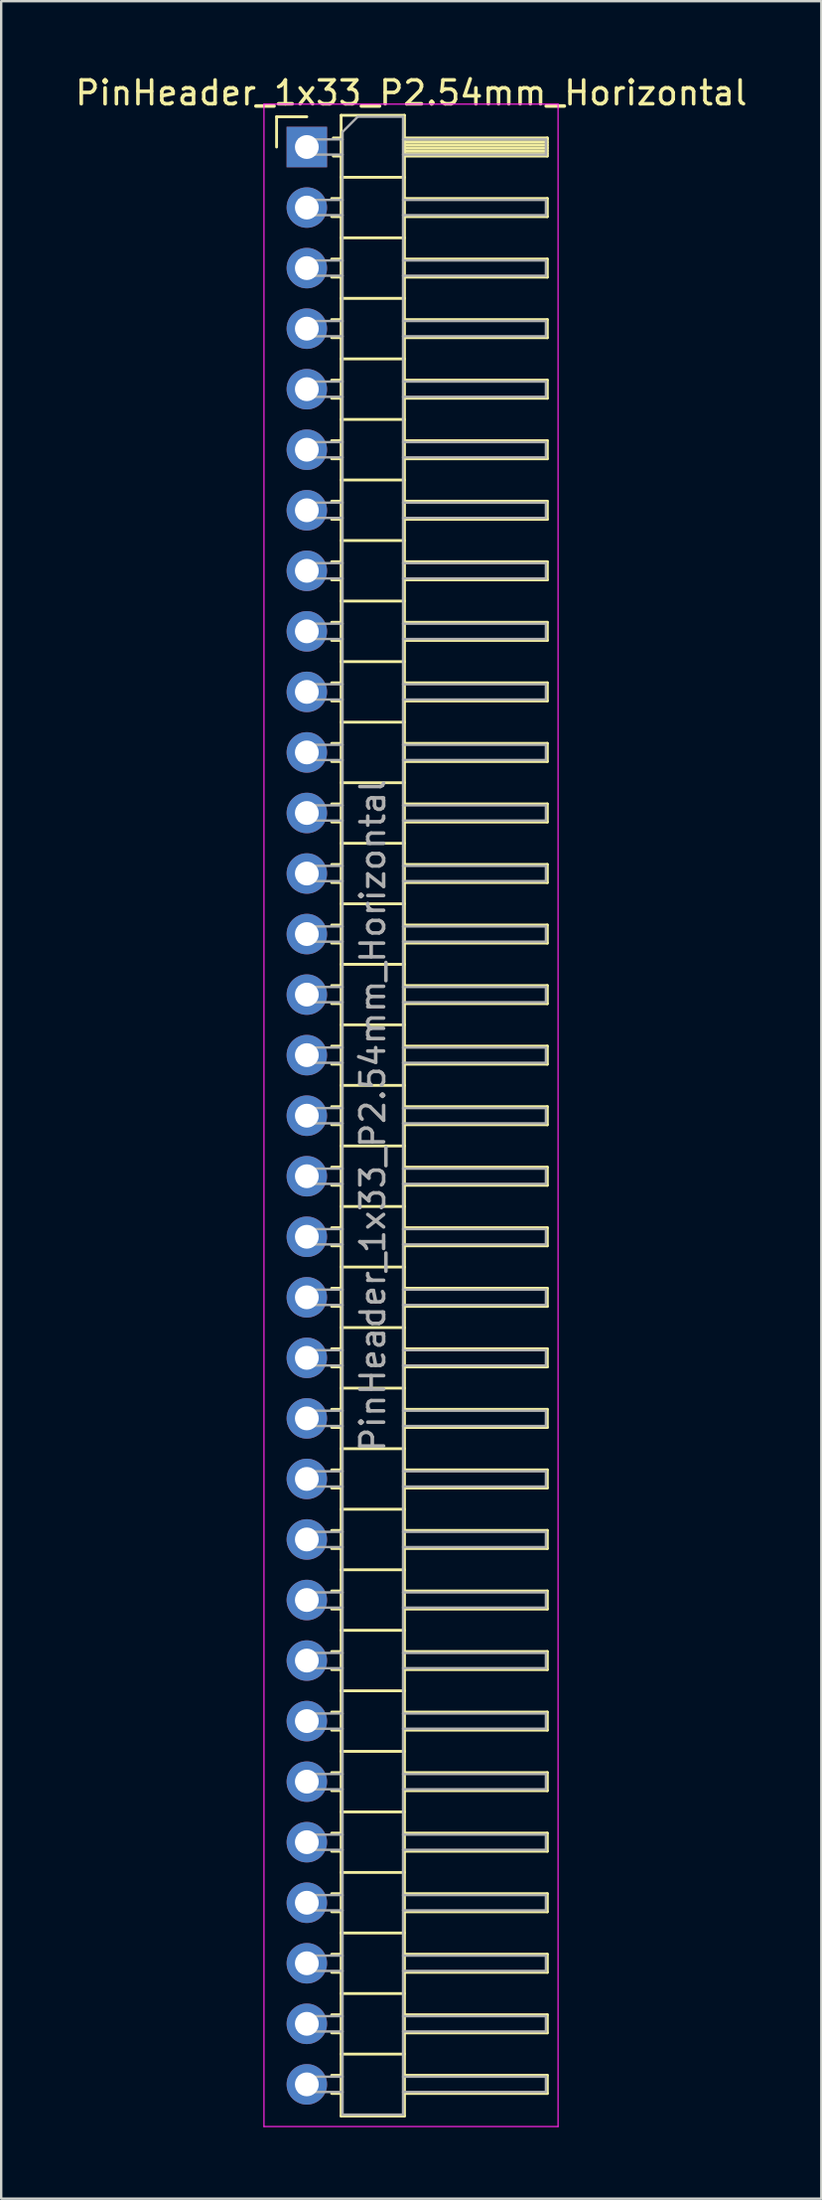
<source format=kicad_pcb>
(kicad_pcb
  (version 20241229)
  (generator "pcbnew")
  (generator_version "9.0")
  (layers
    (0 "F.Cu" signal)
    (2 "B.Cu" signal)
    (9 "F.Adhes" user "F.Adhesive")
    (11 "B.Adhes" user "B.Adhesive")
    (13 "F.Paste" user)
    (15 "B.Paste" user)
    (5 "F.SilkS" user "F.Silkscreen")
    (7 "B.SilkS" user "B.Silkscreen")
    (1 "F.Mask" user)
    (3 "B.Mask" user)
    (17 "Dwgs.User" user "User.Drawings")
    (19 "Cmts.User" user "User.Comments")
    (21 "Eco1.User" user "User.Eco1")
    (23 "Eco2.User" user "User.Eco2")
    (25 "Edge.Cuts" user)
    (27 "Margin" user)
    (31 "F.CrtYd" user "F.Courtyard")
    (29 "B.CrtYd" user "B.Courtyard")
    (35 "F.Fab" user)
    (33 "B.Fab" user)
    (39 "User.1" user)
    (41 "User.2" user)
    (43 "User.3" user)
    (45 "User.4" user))
  (footprint "PinHeader_1x33_P2.54mm_Horizontal"
    (layer "F.Cu")
    (at 9.835 3.118)
    (property "Reference" "PinHeader_1x33_P2.54mm_Horizontal" (at 4.385 -2.27 0) (layer "F.SilkS") (effects (font (size 1 1) (thickness 0.15))))
    (attr through_hole)
    (fp_line (start -1.27 -1.27) (end 0 -1.27) (stroke (width 0.12) (type solid)) (layer "F.SilkS"))
    (fp_line (start -1.27 0) (end -1.27 -1.27) (stroke (width 0.12) (type solid)) (layer "F.SilkS"))
    (fp_line (start 1.043 2.16) (end 1.44 2.16) (stroke (width 0.12) (type solid)) (layer "F.SilkS"))
    (fp_line (start 1.043 2.92) (end 1.44 2.92) (stroke (width 0.12) (type solid)) (layer "F.SilkS"))
    (fp_line (start 1.043 4.7) (end 1.44 4.7) (stroke (width 0.12) (type solid)) (layer "F.SilkS"))
    (fp_line (start 1.043 5.46) (end 1.44 5.46) (stroke (width 0.12) (type solid)) (layer "F.SilkS"))
    (fp_line (start 1.043 7.24) (end 1.44 7.24) (stroke (width 0.12) (type solid)) (layer "F.SilkS"))
    (fp_line (start 1.043 8) (end 1.44 8) (stroke (width 0.12) (type solid)) (layer "F.SilkS"))
    (fp_line (start 1.043 9.78) (end 1.44 9.78) (stroke (width 0.12) (type solid)) (layer "F.SilkS"))
    (fp_line (start 1.043 10.54) (end 1.44 10.54) (stroke (width 0.12) (type solid)) (layer "F.SilkS"))
    (fp_line (start 1.043 12.32) (end 1.44 12.32) (stroke (width 0.12) (type solid)) (layer "F.SilkS"))
    (fp_line (start 1.043 13.08) (end 1.44 13.08) (stroke (width 0.12) (type solid)) (layer "F.SilkS"))
    (fp_line (start 1.043 14.86) (end 1.44 14.86) (stroke (width 0.12) (type solid)) (layer "F.SilkS"))
    (fp_line (start 1.043 15.62) (end 1.44 15.62) (stroke (width 0.12) (type solid)) (layer "F.SilkS"))
    (fp_line (start 1.043 17.4) (end 1.44 17.4) (stroke (width 0.12) (type solid)) (layer "F.SilkS"))
    (fp_line (start 1.043 18.16) (end 1.44 18.16) (stroke (width 0.12) (type solid)) (layer "F.SilkS"))
    (fp_line (start 1.043 19.94) (end 1.44 19.94) (stroke (width 0.12) (type solid)) (layer "F.SilkS"))
    (fp_line (start 1.043 20.7) (end 1.44 20.7) (stroke (width 0.12) (type solid)) (layer "F.SilkS"))
    (fp_line (start 1.043 22.48) (end 1.44 22.48) (stroke (width 0.12) (type solid)) (layer "F.SilkS"))
    (fp_line (start 1.043 23.24) (end 1.44 23.24) (stroke (width 0.12) (type solid)) (layer "F.SilkS"))
    (fp_line (start 1.043 25.02) (end 1.44 25.02) (stroke (width 0.12) (type solid)) (layer "F.SilkS"))
    (fp_line (start 1.043 25.78) (end 1.44 25.78) (stroke (width 0.12) (type solid)) (layer "F.SilkS"))
    (fp_line (start 1.043 27.56) (end 1.44 27.56) (stroke (width 0.12) (type solid)) (layer "F.SilkS"))
    (fp_line (start 1.043 28.32) (end 1.44 28.32) (stroke (width 0.12) (type solid)) (layer "F.SilkS"))
    (fp_line (start 1.043 30.1) (end 1.44 30.1) (stroke (width 0.12) (type solid)) (layer "F.SilkS"))
    (fp_line (start 1.043 30.86) (end 1.44 30.86) (stroke (width 0.12) (type solid)) (layer "F.SilkS"))
    (fp_line (start 1.043 32.64) (end 1.44 32.64) (stroke (width 0.12) (type solid)) (layer "F.SilkS"))
    (fp_line (start 1.043 33.4) (end 1.44 33.4) (stroke (width 0.12) (type solid)) (layer "F.SilkS"))
    (fp_line (start 1.043 35.18) (end 1.44 35.18) (stroke (width 0.12) (type solid)) (layer "F.SilkS"))
    (fp_line (start 1.043 35.94) (end 1.44 35.94) (stroke (width 0.12) (type solid)) (layer "F.SilkS"))
    (fp_line (start 1.043 37.72) (end 1.44 37.72) (stroke (width 0.12) (type solid)) (layer "F.SilkS"))
    (fp_line (start 1.043 38.48) (end 1.44 38.48) (stroke (width 0.12) (type solid)) (layer "F.SilkS"))
    (fp_line (start 1.043 40.26) (end 1.44 40.26) (stroke (width 0.12) (type solid)) (layer "F.SilkS"))
    (fp_line (start 1.043 41.02) (end 1.44 41.02) (stroke (width 0.12) (type solid)) (layer "F.SilkS"))
    (fp_line (start 1.043 42.8) (end 1.44 42.8) (stroke (width 0.12) (type solid)) (layer "F.SilkS"))
    (fp_line (start 1.043 43.56) (end 1.44 43.56) (stroke (width 0.12) (type solid)) (layer "F.SilkS"))
    (fp_line (start 1.043 45.34) (end 1.44 45.34) (stroke (width 0.12) (type solid)) (layer "F.SilkS"))
    (fp_line (start 1.043 46.1) (end 1.44 46.1) (stroke (width 0.12) (type solid)) (layer "F.SilkS"))
    (fp_line (start 1.043 47.88) (end 1.44 47.88) (stroke (width 0.12) (type solid)) (layer "F.SilkS"))
    (fp_line (start 1.043 48.64) (end 1.44 48.64) (stroke (width 0.12) (type solid)) (layer "F.SilkS"))
    (fp_line (start 1.043 50.42) (end 1.44 50.42) (stroke (width 0.12) (type solid)) (layer "F.SilkS"))
    (fp_line (start 1.043 51.18) (end 1.44 51.18) (stroke (width 0.12) (type solid)) (layer "F.SilkS"))
    (fp_line (start 1.043 52.96) (end 1.44 52.96) (stroke (width 0.12) (type solid)) (layer "F.SilkS"))
    (fp_line (start 1.043 53.72) (end 1.44 53.72) (stroke (width 0.12) (type solid)) (layer "F.SilkS"))
    (fp_line (start 1.043 55.5) (end 1.44 55.5) (stroke (width 0.12) (type solid)) (layer "F.SilkS"))
    (fp_line (start 1.043 56.26) (end 1.44 56.26) (stroke (width 0.12) (type solid)) (layer "F.SilkS"))
    (fp_line (start 1.043 58.04) (end 1.44 58.04) (stroke (width 0.12) (type solid)) (layer "F.SilkS"))
    (fp_line (start 1.043 58.8) (end 1.44 58.8) (stroke (width 0.12) (type solid)) (layer "F.SilkS"))
    (fp_line (start 1.043 60.58) (end 1.44 60.58) (stroke (width 0.12) (type solid)) (layer "F.SilkS"))
    (fp_line (start 1.043 61.34) (end 1.44 61.34) (stroke (width 0.12) (type solid)) (layer "F.SilkS"))
    (fp_line (start 1.043 63.12) (end 1.44 63.12) (stroke (width 0.12) (type solid)) (layer "F.SilkS"))
    (fp_line (start 1.043 63.88) (end 1.44 63.88) (stroke (width 0.12) (type solid)) (layer "F.SilkS"))
    (fp_line (start 1.043 65.66) (end 1.44 65.66) (stroke (width 0.12) (type solid)) (layer "F.SilkS"))
    (fp_line (start 1.043 66.42) (end 1.44 66.42) (stroke (width 0.12) (type solid)) (layer "F.SilkS"))
    (fp_line (start 1.043 68.2) (end 1.44 68.2) (stroke (width 0.12) (type solid)) (layer "F.SilkS"))
    (fp_line (start 1.043 68.96) (end 1.44 68.96) (stroke (width 0.12) (type solid)) (layer "F.SilkS"))
    (fp_line (start 1.043 70.74) (end 1.44 70.74) (stroke (width 0.12) (type solid)) (layer "F.SilkS"))
    (fp_line (start 1.043 71.5) (end 1.44 71.5) (stroke (width 0.12) (type solid)) (layer "F.SilkS"))
    (fp_line (start 1.043 73.28) (end 1.44 73.28) (stroke (width 0.12) (type solid)) (layer "F.SilkS"))
    (fp_line (start 1.043 74.04) (end 1.44 74.04) (stroke (width 0.12) (type solid)) (layer "F.SilkS"))
    (fp_line (start 1.043 75.82) (end 1.44 75.82) (stroke (width 0.12) (type solid)) (layer "F.SilkS"))
    (fp_line (start 1.043 76.58) (end 1.44 76.58) (stroke (width 0.12) (type solid)) (layer "F.SilkS"))
    (fp_line (start 1.043 78.36) (end 1.44 78.36) (stroke (width 0.12) (type solid)) (layer "F.SilkS"))
    (fp_line (start 1.043 79.12) (end 1.44 79.12) (stroke (width 0.12) (type solid)) (layer "F.SilkS"))
    (fp_line (start 1.043 80.9) (end 1.44 80.9) (stroke (width 0.12) (type solid)) (layer "F.SilkS"))
    (fp_line (start 1.043 81.66) (end 1.44 81.66) (stroke (width 0.12) (type solid)) (layer "F.SilkS"))
    (fp_line (start 1.11 -0.38) (end 1.44 -0.38) (stroke (width 0.12) (type solid)) (layer "F.SilkS"))
    (fp_line (start 1.11 0.38) (end 1.44 0.38) (stroke (width 0.12) (type solid)) (layer "F.SilkS"))
    (fp_line (start 1.44 -1.33) (end 1.44 82.61) (stroke (width 0.12) (type solid)) (layer "F.SilkS"))
    (fp_line (start 1.44 1.27) (end 4.1 1.27) (stroke (width 0.12) (type solid)) (layer "F.SilkS"))
    (fp_line (start 1.44 3.81) (end 4.1 3.81) (stroke (width 0.12) (type solid)) (layer "F.SilkS"))
    (fp_line (start 1.44 6.35) (end 4.1 6.35) (stroke (width 0.12) (type solid)) (layer "F.SilkS"))
    (fp_line (start 1.44 8.89) (end 4.1 8.89) (stroke (width 0.12) (type solid)) (layer "F.SilkS"))
    (fp_line (start 1.44 11.43) (end 4.1 11.43) (stroke (width 0.12) (type solid)) (layer "F.SilkS"))
    (fp_line (start 1.44 13.97) (end 4.1 13.97) (stroke (width 0.12) (type solid)) (layer "F.SilkS"))
    (fp_line (start 1.44 16.51) (end 4.1 16.51) (stroke (width 0.12) (type solid)) (layer "F.SilkS"))
    (fp_line (start 1.44 19.05) (end 4.1 19.05) (stroke (width 0.12) (type solid)) (layer "F.SilkS"))
    (fp_line (start 1.44 21.59) (end 4.1 21.59) (stroke (width 0.12) (type solid)) (layer "F.SilkS"))
    (fp_line (start 1.44 24.13) (end 4.1 24.13) (stroke (width 0.12) (type solid)) (layer "F.SilkS"))
    (fp_line (start 1.44 26.67) (end 4.1 26.67) (stroke (width 0.12) (type solid)) (layer "F.SilkS"))
    (fp_line (start 1.44 29.21) (end 4.1 29.21) (stroke (width 0.12) (type solid)) (layer "F.SilkS"))
    (fp_line (start 1.44 31.75) (end 4.1 31.75) (stroke (width 0.12) (type solid)) (layer "F.SilkS"))
    (fp_line (start 1.44 34.29) (end 4.1 34.29) (stroke (width 0.12) (type solid)) (layer "F.SilkS"))
    (fp_line (start 1.44 36.83) (end 4.1 36.83) (stroke (width 0.12) (type solid)) (layer "F.SilkS"))
    (fp_line (start 1.44 39.37) (end 4.1 39.37) (stroke (width 0.12) (type solid)) (layer "F.SilkS"))
    (fp_line (start 1.44 41.91) (end 4.1 41.91) (stroke (width 0.12) (type solid)) (layer "F.SilkS"))
    (fp_line (start 1.44 44.45) (end 4.1 44.45) (stroke (width 0.12) (type solid)) (layer "F.SilkS"))
    (fp_line (start 1.44 46.99) (end 4.1 46.99) (stroke (width 0.12) (type solid)) (layer "F.SilkS"))
    (fp_line (start 1.44 49.53) (end 4.1 49.53) (stroke (width 0.12) (type solid)) (layer "F.SilkS"))
    (fp_line (start 1.44 52.07) (end 4.1 52.07) (stroke (width 0.12) (type solid)) (layer "F.SilkS"))
    (fp_line (start 1.44 54.61) (end 4.1 54.61) (stroke (width 0.12) (type solid)) (layer "F.SilkS"))
    (fp_line (start 1.44 57.15) (end 4.1 57.15) (stroke (width 0.12) (type solid)) (layer "F.SilkS"))
    (fp_line (start 1.44 59.69) (end 4.1 59.69) (stroke (width 0.12) (type solid)) (layer "F.SilkS"))
    (fp_line (start 1.44 62.23) (end 4.1 62.23) (stroke (width 0.12) (type solid)) (layer "F.SilkS"))
    (fp_line (start 1.44 64.77) (end 4.1 64.77) (stroke (width 0.12) (type solid)) (layer "F.SilkS"))
    (fp_line (start 1.44 67.31) (end 4.1 67.31) (stroke (width 0.12) (type solid)) (layer "F.SilkS"))
    (fp_line (start 1.44 69.85) (end 4.1 69.85) (stroke (width 0.12) (type solid)) (layer "F.SilkS"))
    (fp_line (start 1.44 72.39) (end 4.1 72.39) (stroke (width 0.12) (type solid)) (layer "F.SilkS"))
    (fp_line (start 1.44 74.93) (end 4.1 74.93) (stroke (width 0.12) (type solid)) (layer "F.SilkS"))
    (fp_line (start 1.44 77.47) (end 4.1 77.47) (stroke (width 0.12) (type solid)) (layer "F.SilkS"))
    (fp_line (start 1.44 80.01) (end 4.1 80.01) (stroke (width 0.12) (type solid)) (layer "F.SilkS"))
    (fp_line (start 1.44 82.61) (end 4.1 82.61) (stroke (width 0.12) (type solid)) (layer "F.SilkS"))
    (fp_line (start 4.1 -1.33) (end 1.44 -1.33) (stroke (width 0.12) (type solid)) (layer "F.SilkS"))
    (fp_line (start 4.1 -0.38) (end 10.1 -0.38) (stroke (width 0.12) (type solid)) (layer "F.SilkS"))
    (fp_line (start 4.1 -0.32) (end 10.1 -0.32) (stroke (width 0.12) (type solid)) (layer "F.SilkS"))
    (fp_line (start 4.1 -0.2) (end 10.1 -0.2) (stroke (width 0.12) (type solid)) (layer "F.SilkS"))
    (fp_line (start 4.1 -0.08) (end 10.1 -0.08) (stroke (width 0.12) (type solid)) (layer "F.SilkS"))
    (fp_line (start 4.1 0.04) (end 10.1 0.04) (stroke (width 0.12) (type solid)) (layer "F.SilkS"))
    (fp_line (start 4.1 0.16) (end 10.1 0.16) (stroke (width 0.12) (type solid)) (layer "F.SilkS"))
    (fp_line (start 4.1 0.28) (end 10.1 0.28) (stroke (width 0.12) (type solid)) (layer "F.SilkS"))
    (fp_line (start 4.1 2.16) (end 10.1 2.16) (stroke (width 0.12) (type solid)) (layer "F.SilkS"))
    (fp_line (start 4.1 4.7) (end 10.1 4.7) (stroke (width 0.12) (type solid)) (layer "F.SilkS"))
    (fp_line (start 4.1 7.24) (end 10.1 7.24) (stroke (width 0.12) (type solid)) (layer "F.SilkS"))
    (fp_line (start 4.1 9.78) (end 10.1 9.78) (stroke (width 0.12) (type solid)) (layer "F.SilkS"))
    (fp_line (start 4.1 12.32) (end 10.1 12.32) (stroke (width 0.12) (type solid)) (layer "F.SilkS"))
    (fp_line (start 4.1 14.86) (end 10.1 14.86) (stroke (width 0.12) (type solid)) (layer "F.SilkS"))
    (fp_line (start 4.1 17.4) (end 10.1 17.4) (stroke (width 0.12) (type solid)) (layer "F.SilkS"))
    (fp_line (start 4.1 19.94) (end 10.1 19.94) (stroke (width 0.12) (type solid)) (layer "F.SilkS"))
    (fp_line (start 4.1 22.48) (end 10.1 22.48) (stroke (width 0.12) (type solid)) (layer "F.SilkS"))
    (fp_line (start 4.1 25.02) (end 10.1 25.02) (stroke (width 0.12) (type solid)) (layer "F.SilkS"))
    (fp_line (start 4.1 27.56) (end 10.1 27.56) (stroke (width 0.12) (type solid)) (layer "F.SilkS"))
    (fp_line (start 4.1 30.1) (end 10.1 30.1) (stroke (width 0.12) (type solid)) (layer "F.SilkS"))
    (fp_line (start 4.1 32.64) (end 10.1 32.64) (stroke (width 0.12) (type solid)) (layer "F.SilkS"))
    (fp_line (start 4.1 35.18) (end 10.1 35.18) (stroke (width 0.12) (type solid)) (layer "F.SilkS"))
    (fp_line (start 4.1 37.72) (end 10.1 37.72) (stroke (width 0.12) (type solid)) (layer "F.SilkS"))
    (fp_line (start 4.1 40.26) (end 10.1 40.26) (stroke (width 0.12) (type solid)) (layer "F.SilkS"))
    (fp_line (start 4.1 42.8) (end 10.1 42.8) (stroke (width 0.12) (type solid)) (layer "F.SilkS"))
    (fp_line (start 4.1 45.34) (end 10.1 45.34) (stroke (width 0.12) (type solid)) (layer "F.SilkS"))
    (fp_line (start 4.1 47.88) (end 10.1 47.88) (stroke (width 0.12) (type solid)) (layer "F.SilkS"))
    (fp_line (start 4.1 50.42) (end 10.1 50.42) (stroke (width 0.12) (type solid)) (layer "F.SilkS"))
    (fp_line (start 4.1 52.96) (end 10.1 52.96) (stroke (width 0.12) (type solid)) (layer "F.SilkS"))
    (fp_line (start 4.1 55.5) (end 10.1 55.5) (stroke (width 0.12) (type solid)) (layer "F.SilkS"))
    (fp_line (start 4.1 58.04) (end 10.1 58.04) (stroke (width 0.12) (type solid)) (layer "F.SilkS"))
    (fp_line (start 4.1 60.58) (end 10.1 60.58) (stroke (width 0.12) (type solid)) (layer "F.SilkS"))
    (fp_line (start 4.1 63.12) (end 10.1 63.12) (stroke (width 0.12) (type solid)) (layer "F.SilkS"))
    (fp_line (start 4.1 65.66) (end 10.1 65.66) (stroke (width 0.12) (type solid)) (layer "F.SilkS"))
    (fp_line (start 4.1 68.2) (end 10.1 68.2) (stroke (width 0.12) (type solid)) (layer "F.SilkS"))
    (fp_line (start 4.1 70.74) (end 10.1 70.74) (stroke (width 0.12) (type solid)) (layer "F.SilkS"))
    (fp_line (start 4.1 73.28) (end 10.1 73.28) (stroke (width 0.12) (type solid)) (layer "F.SilkS"))
    (fp_line (start 4.1 75.82) (end 10.1 75.82) (stroke (width 0.12) (type solid)) (layer "F.SilkS"))
    (fp_line (start 4.1 78.36) (end 10.1 78.36) (stroke (width 0.12) (type solid)) (layer "F.SilkS"))
    (fp_line (start 4.1 80.9) (end 10.1 80.9) (stroke (width 0.12) (type solid)) (layer "F.SilkS"))
    (fp_line (start 4.1 82.61) (end 4.1 -1.33) (stroke (width 0.12) (type solid)) (layer "F.SilkS"))
    (fp_line (start 10.1 -0.38) (end 10.1 0.38) (stroke (width 0.12) (type solid)) (layer "F.SilkS"))
    (fp_line (start 10.1 0.38) (end 4.1 0.38) (stroke (width 0.12) (type solid)) (layer "F.SilkS"))
    (fp_line (start 10.1 2.16) (end 10.1 2.92) (stroke (width 0.12) (type solid)) (layer "F.SilkS"))
    (fp_line (start 10.1 2.92) (end 4.1 2.92) (stroke (width 0.12) (type solid)) (layer "F.SilkS"))
    (fp_line (start 10.1 4.7) (end 10.1 5.46) (stroke (width 0.12) (type solid)) (layer "F.SilkS"))
    (fp_line (start 10.1 5.46) (end 4.1 5.46) (stroke (width 0.12) (type solid)) (layer "F.SilkS"))
    (fp_line (start 10.1 7.24) (end 10.1 8) (stroke (width 0.12) (type solid)) (layer "F.SilkS"))
    (fp_line (start 10.1 8) (end 4.1 8) (stroke (width 0.12) (type solid)) (layer "F.SilkS"))
    (fp_line (start 10.1 9.78) (end 10.1 10.54) (stroke (width 0.12) (type solid)) (layer "F.SilkS"))
    (fp_line (start 10.1 10.54) (end 4.1 10.54) (stroke (width 0.12) (type solid)) (layer "F.SilkS"))
    (fp_line (start 10.1 12.32) (end 10.1 13.08) (stroke (width 0.12) (type solid)) (layer "F.SilkS"))
    (fp_line (start 10.1 13.08) (end 4.1 13.08) (stroke (width 0.12) (type solid)) (layer "F.SilkS"))
    (fp_line (start 10.1 14.86) (end 10.1 15.62) (stroke (width 0.12) (type solid)) (layer "F.SilkS"))
    (fp_line (start 10.1 15.62) (end 4.1 15.62) (stroke (width 0.12) (type solid)) (layer "F.SilkS"))
    (fp_line (start 10.1 17.4) (end 10.1 18.16) (stroke (width 0.12) (type solid)) (layer "F.SilkS"))
    (fp_line (start 10.1 18.16) (end 4.1 18.16) (stroke (width 0.12) (type solid)) (layer "F.SilkS"))
    (fp_line (start 10.1 19.94) (end 10.1 20.7) (stroke (width 0.12) (type solid)) (layer "F.SilkS"))
    (fp_line (start 10.1 20.7) (end 4.1 20.7) (stroke (width 0.12) (type solid)) (layer "F.SilkS"))
    (fp_line (start 10.1 22.48) (end 10.1 23.24) (stroke (width 0.12) (type solid)) (layer "F.SilkS"))
    (fp_line (start 10.1 23.24) (end 4.1 23.24) (stroke (width 0.12) (type solid)) (layer "F.SilkS"))
    (fp_line (start 10.1 25.02) (end 10.1 25.78) (stroke (width 0.12) (type solid)) (layer "F.SilkS"))
    (fp_line (start 10.1 25.78) (end 4.1 25.78) (stroke (width 0.12) (type solid)) (layer "F.SilkS"))
    (fp_line (start 10.1 27.56) (end 10.1 28.32) (stroke (width 0.12) (type solid)) (layer "F.SilkS"))
    (fp_line (start 10.1 28.32) (end 4.1 28.32) (stroke (width 0.12) (type solid)) (layer "F.SilkS"))
    (fp_line (start 10.1 30.1) (end 10.1 30.86) (stroke (width 0.12) (type solid)) (layer "F.SilkS"))
    (fp_line (start 10.1 30.86) (end 4.1 30.86) (stroke (width 0.12) (type solid)) (layer "F.SilkS"))
    (fp_line (start 10.1 32.64) (end 10.1 33.4) (stroke (width 0.12) (type solid)) (layer "F.SilkS"))
    (fp_line (start 10.1 33.4) (end 4.1 33.4) (stroke (width 0.12) (type solid)) (layer "F.SilkS"))
    (fp_line (start 10.1 35.18) (end 10.1 35.94) (stroke (width 0.12) (type solid)) (layer "F.SilkS"))
    (fp_line (start 10.1 35.94) (end 4.1 35.94) (stroke (width 0.12) (type solid)) (layer "F.SilkS"))
    (fp_line (start 10.1 37.72) (end 10.1 38.48) (stroke (width 0.12) (type solid)) (layer "F.SilkS"))
    (fp_line (start 10.1 38.48) (end 4.1 38.48) (stroke (width 0.12) (type solid)) (layer "F.SilkS"))
    (fp_line (start 10.1 40.26) (end 10.1 41.02) (stroke (width 0.12) (type solid)) (layer "F.SilkS"))
    (fp_line (start 10.1 41.02) (end 4.1 41.02) (stroke (width 0.12) (type solid)) (layer "F.SilkS"))
    (fp_line (start 10.1 42.8) (end 10.1 43.56) (stroke (width 0.12) (type solid)) (layer "F.SilkS"))
    (fp_line (start 10.1 43.56) (end 4.1 43.56) (stroke (width 0.12) (type solid)) (layer "F.SilkS"))
    (fp_line (start 10.1 45.34) (end 10.1 46.1) (stroke (width 0.12) (type solid)) (layer "F.SilkS"))
    (fp_line (start 10.1 46.1) (end 4.1 46.1) (stroke (width 0.12) (type solid)) (layer "F.SilkS"))
    (fp_line (start 10.1 47.88) (end 10.1 48.64) (stroke (width 0.12) (type solid)) (layer "F.SilkS"))
    (fp_line (start 10.1 48.64) (end 4.1 48.64) (stroke (width 0.12) (type solid)) (layer "F.SilkS"))
    (fp_line (start 10.1 50.42) (end 10.1 51.18) (stroke (width 0.12) (type solid)) (layer "F.SilkS"))
    (fp_line (start 10.1 51.18) (end 4.1 51.18) (stroke (width 0.12) (type solid)) (layer "F.SilkS"))
    (fp_line (start 10.1 52.96) (end 10.1 53.72) (stroke (width 0.12) (type solid)) (layer "F.SilkS"))
    (fp_line (start 10.1 53.72) (end 4.1 53.72) (stroke (width 0.12) (type solid)) (layer "F.SilkS"))
    (fp_line (start 10.1 55.5) (end 10.1 56.26) (stroke (width 0.12) (type solid)) (layer "F.SilkS"))
    (fp_line (start 10.1 56.26) (end 4.1 56.26) (stroke (width 0.12) (type solid)) (layer "F.SilkS"))
    (fp_line (start 10.1 58.04) (end 10.1 58.8) (stroke (width 0.12) (type solid)) (layer "F.SilkS"))
    (fp_line (start 10.1 58.8) (end 4.1 58.8) (stroke (width 0.12) (type solid)) (layer "F.SilkS"))
    (fp_line (start 10.1 60.58) (end 10.1 61.34) (stroke (width 0.12) (type solid)) (layer "F.SilkS"))
    (fp_line (start 10.1 61.34) (end 4.1 61.34) (stroke (width 0.12) (type solid)) (layer "F.SilkS"))
    (fp_line (start 10.1 63.12) (end 10.1 63.88) (stroke (width 0.12) (type solid)) (layer "F.SilkS"))
    (fp_line (start 10.1 63.88) (end 4.1 63.88) (stroke (width 0.12) (type solid)) (layer "F.SilkS"))
    (fp_line (start 10.1 65.66) (end 10.1 66.42) (stroke (width 0.12) (type solid)) (layer "F.SilkS"))
    (fp_line (start 10.1 66.42) (end 4.1 66.42) (stroke (width 0.12) (type solid)) (layer "F.SilkS"))
    (fp_line (start 10.1 68.2) (end 10.1 68.96) (stroke (width 0.12) (type solid)) (layer "F.SilkS"))
    (fp_line (start 10.1 68.96) (end 4.1 68.96) (stroke (width 0.12) (type solid)) (layer "F.SilkS"))
    (fp_line (start 10.1 70.74) (end 10.1 71.5) (stroke (width 0.12) (type solid)) (layer "F.SilkS"))
    (fp_line (start 10.1 71.5) (end 4.1 71.5) (stroke (width 0.12) (type solid)) (layer "F.SilkS"))
    (fp_line (start 10.1 73.28) (end 10.1 74.04) (stroke (width 0.12) (type solid)) (layer "F.SilkS"))
    (fp_line (start 10.1 74.04) (end 4.1 74.04) (stroke (width 0.12) (type solid)) (layer "F.SilkS"))
    (fp_line (start 10.1 75.82) (end 10.1 76.58) (stroke (width 0.12) (type solid)) (layer "F.SilkS"))
    (fp_line (start 10.1 76.58) (end 4.1 76.58) (stroke (width 0.12) (type solid)) (layer "F.SilkS"))
    (fp_line (start 10.1 78.36) (end 10.1 79.12) (stroke (width 0.12) (type solid)) (layer "F.SilkS"))
    (fp_line (start 10.1 79.12) (end 4.1 79.12) (stroke (width 0.12) (type solid)) (layer "F.SilkS"))
    (fp_line (start 10.1 80.9) (end 10.1 81.66) (stroke (width 0.12) (type solid)) (layer "F.SilkS"))
    (fp_line (start 10.1 81.66) (end 4.1 81.66) (stroke (width 0.12) (type solid)) (layer "F.SilkS"))
    (fp_line (start -1.8 -1.8) (end -1.8 83.05) (stroke (width 0.05) (type solid)) (layer "F.CrtYd"))
    (fp_line (start -1.8 83.05) (end 10.55 83.05) (stroke (width 0.05) (type solid)) (layer "F.CrtYd"))
    (fp_line (start 10.55 -1.8) (end -1.8 -1.8) (stroke (width 0.05) (type solid)) (layer "F.CrtYd"))
    (fp_line (start 10.55 83.05) (end 10.55 -1.8) (stroke (width 0.05) (type solid)) (layer "F.CrtYd"))
    (fp_line (start -0.32 -0.32) (end -0.32 0.32) (stroke (width 0.1) (type solid)) (layer "F.Fab"))
    (fp_line (start -0.32 -0.32) (end 1.5 -0.32) (stroke (width 0.1) (type solid)) (layer "F.Fab"))
    (fp_line (start -0.32 0.32) (end 1.5 0.32) (stroke (width 0.1) (type solid)) (layer "F.Fab"))
    (fp_line (start -0.32 2.22) (end -0.32 2.86) (stroke (width 0.1) (type solid)) (layer "F.Fab"))
    (fp_line (start -0.32 2.22) (end 1.5 2.22) (stroke (width 0.1) (type solid)) (layer "F.Fab"))
    (fp_line (start -0.32 2.86) (end 1.5 2.86) (stroke (width 0.1) (type solid)) (layer "F.Fab"))
    (fp_line (start -0.32 4.76) (end -0.32 5.4) (stroke (width 0.1) (type solid)) (layer "F.Fab"))
    (fp_line (start -0.32 4.76) (end 1.5 4.76) (stroke (width 0.1) (type solid)) (layer "F.Fab"))
    (fp_line (start -0.32 5.4) (end 1.5 5.4) (stroke (width 0.1) (type solid)) (layer "F.Fab"))
    (fp_line (start -0.32 7.3) (end -0.32 7.94) (stroke (width 0.1) (type solid)) (layer "F.Fab"))
    (fp_line (start -0.32 7.3) (end 1.5 7.3) (stroke (width 0.1) (type solid)) (layer "F.Fab"))
    (fp_line (start -0.32 7.94) (end 1.5 7.94) (stroke (width 0.1) (type solid)) (layer "F.Fab"))
    (fp_line (start -0.32 9.84) (end -0.32 10.48) (stroke (width 0.1) (type solid)) (layer "F.Fab"))
    (fp_line (start -0.32 9.84) (end 1.5 9.84) (stroke (width 0.1) (type solid)) (layer "F.Fab"))
    (fp_line (start -0.32 10.48) (end 1.5 10.48) (stroke (width 0.1) (type solid)) (layer "F.Fab"))
    (fp_line (start -0.32 12.38) (end -0.32 13.02) (stroke (width 0.1) (type solid)) (layer "F.Fab"))
    (fp_line (start -0.32 12.38) (end 1.5 12.38) (stroke (width 0.1) (type solid)) (layer "F.Fab"))
    (fp_line (start -0.32 13.02) (end 1.5 13.02) (stroke (width 0.1) (type solid)) (layer "F.Fab"))
    (fp_line (start -0.32 14.92) (end -0.32 15.56) (stroke (width 0.1) (type solid)) (layer "F.Fab"))
    (fp_line (start -0.32 14.92) (end 1.5 14.92) (stroke (width 0.1) (type solid)) (layer "F.Fab"))
    (fp_line (start -0.32 15.56) (end 1.5 15.56) (stroke (width 0.1) (type solid)) (layer "F.Fab"))
    (fp_line (start -0.32 17.46) (end -0.32 18.1) (stroke (width 0.1) (type solid)) (layer "F.Fab"))
    (fp_line (start -0.32 17.46) (end 1.5 17.46) (stroke (width 0.1) (type solid)) (layer "F.Fab"))
    (fp_line (start -0.32 18.1) (end 1.5 18.1) (stroke (width 0.1) (type solid)) (layer "F.Fab"))
    (fp_line (start -0.32 20) (end -0.32 20.64) (stroke (width 0.1) (type solid)) (layer "F.Fab"))
    (fp_line (start -0.32 20) (end 1.5 20) (stroke (width 0.1) (type solid)) (layer "F.Fab"))
    (fp_line (start -0.32 20.64) (end 1.5 20.64) (stroke (width 0.1) (type solid)) (layer "F.Fab"))
    (fp_line (start -0.32 22.54) (end -0.32 23.18) (stroke (width 0.1) (type solid)) (layer "F.Fab"))
    (fp_line (start -0.32 22.54) (end 1.5 22.54) (stroke (width 0.1) (type solid)) (layer "F.Fab"))
    (fp_line (start -0.32 23.18) (end 1.5 23.18) (stroke (width 0.1) (type solid)) (layer "F.Fab"))
    (fp_line (start -0.32 25.08) (end -0.32 25.72) (stroke (width 0.1) (type solid)) (layer "F.Fab"))
    (fp_line (start -0.32 25.08) (end 1.5 25.08) (stroke (width 0.1) (type solid)) (layer "F.Fab"))
    (fp_line (start -0.32 25.72) (end 1.5 25.72) (stroke (width 0.1) (type solid)) (layer "F.Fab"))
    (fp_line (start -0.32 27.62) (end -0.32 28.26) (stroke (width 0.1) (type solid)) (layer "F.Fab"))
    (fp_line (start -0.32 27.62) (end 1.5 27.62) (stroke (width 0.1) (type solid)) (layer "F.Fab"))
    (fp_line (start -0.32 28.26) (end 1.5 28.26) (stroke (width 0.1) (type solid)) (layer "F.Fab"))
    (fp_line (start -0.32 30.16) (end -0.32 30.8) (stroke (width 0.1) (type solid)) (layer "F.Fab"))
    (fp_line (start -0.32 30.16) (end 1.5 30.16) (stroke (width 0.1) (type solid)) (layer "F.Fab"))
    (fp_line (start -0.32 30.8) (end 1.5 30.8) (stroke (width 0.1) (type solid)) (layer "F.Fab"))
    (fp_line (start -0.32 32.7) (end -0.32 33.34) (stroke (width 0.1) (type solid)) (layer "F.Fab"))
    (fp_line (start -0.32 32.7) (end 1.5 32.7) (stroke (width 0.1) (type solid)) (layer "F.Fab"))
    (fp_line (start -0.32 33.34) (end 1.5 33.34) (stroke (width 0.1) (type solid)) (layer "F.Fab"))
    (fp_line (start -0.32 35.24) (end -0.32 35.88) (stroke (width 0.1) (type solid)) (layer "F.Fab"))
    (fp_line (start -0.32 35.24) (end 1.5 35.24) (stroke (width 0.1) (type solid)) (layer "F.Fab"))
    (fp_line (start -0.32 35.88) (end 1.5 35.88) (stroke (width 0.1) (type solid)) (layer "F.Fab"))
    (fp_line (start -0.32 37.78) (end -0.32 38.42) (stroke (width 0.1) (type solid)) (layer "F.Fab"))
    (fp_line (start -0.32 37.78) (end 1.5 37.78) (stroke (width 0.1) (type solid)) (layer "F.Fab"))
    (fp_line (start -0.32 38.42) (end 1.5 38.42) (stroke (width 0.1) (type solid)) (layer "F.Fab"))
    (fp_line (start -0.32 40.32) (end -0.32 40.96) (stroke (width 0.1) (type solid)) (layer "F.Fab"))
    (fp_line (start -0.32 40.32) (end 1.5 40.32) (stroke (width 0.1) (type solid)) (layer "F.Fab"))
    (fp_line (start -0.32 40.96) (end 1.5 40.96) (stroke (width 0.1) (type solid)) (layer "F.Fab"))
    (fp_line (start -0.32 42.86) (end -0.32 43.5) (stroke (width 0.1) (type solid)) (layer "F.Fab"))
    (fp_line (start -0.32 42.86) (end 1.5 42.86) (stroke (width 0.1) (type solid)) (layer "F.Fab"))
    (fp_line (start -0.32 43.5) (end 1.5 43.5) (stroke (width 0.1) (type solid)) (layer "F.Fab"))
    (fp_line (start -0.32 45.4) (end -0.32 46.04) (stroke (width 0.1) (type solid)) (layer "F.Fab"))
    (fp_line (start -0.32 45.4) (end 1.5 45.4) (stroke (width 0.1) (type solid)) (layer "F.Fab"))
    (fp_line (start -0.32 46.04) (end 1.5 46.04) (stroke (width 0.1) (type solid)) (layer "F.Fab"))
    (fp_line (start -0.32 47.94) (end -0.32 48.58) (stroke (width 0.1) (type solid)) (layer "F.Fab"))
    (fp_line (start -0.32 47.94) (end 1.5 47.94) (stroke (width 0.1) (type solid)) (layer "F.Fab"))
    (fp_line (start -0.32 48.58) (end 1.5 48.58) (stroke (width 0.1) (type solid)) (layer "F.Fab"))
    (fp_line (start -0.32 50.48) (end -0.32 51.12) (stroke (width 0.1) (type solid)) (layer "F.Fab"))
    (fp_line (start -0.32 50.48) (end 1.5 50.48) (stroke (width 0.1) (type solid)) (layer "F.Fab"))
    (fp_line (start -0.32 51.12) (end 1.5 51.12) (stroke (width 0.1) (type solid)) (layer "F.Fab"))
    (fp_line (start -0.32 53.02) (end -0.32 53.66) (stroke (width 0.1) (type solid)) (layer "F.Fab"))
    (fp_line (start -0.32 53.02) (end 1.5 53.02) (stroke (width 0.1) (type solid)) (layer "F.Fab"))
    (fp_line (start -0.32 53.66) (end 1.5 53.66) (stroke (width 0.1) (type solid)) (layer "F.Fab"))
    (fp_line (start -0.32 55.56) (end -0.32 56.2) (stroke (width 0.1) (type solid)) (layer "F.Fab"))
    (fp_line (start -0.32 55.56) (end 1.5 55.56) (stroke (width 0.1) (type solid)) (layer "F.Fab"))
    (fp_line (start -0.32 56.2) (end 1.5 56.2) (stroke (width 0.1) (type solid)) (layer "F.Fab"))
    (fp_line (start -0.32 58.1) (end -0.32 58.74) (stroke (width 0.1) (type solid)) (layer "F.Fab"))
    (fp_line (start -0.32 58.1) (end 1.5 58.1) (stroke (width 0.1) (type solid)) (layer "F.Fab"))
    (fp_line (start -0.32 58.74) (end 1.5 58.74) (stroke (width 0.1) (type solid)) (layer "F.Fab"))
    (fp_line (start -0.32 60.64) (end -0.32 61.28) (stroke (width 0.1) (type solid)) (layer "F.Fab"))
    (fp_line (start -0.32 60.64) (end 1.5 60.64) (stroke (width 0.1) (type solid)) (layer "F.Fab"))
    (fp_line (start -0.32 61.28) (end 1.5 61.28) (stroke (width 0.1) (type solid)) (layer "F.Fab"))
    (fp_line (start -0.32 63.18) (end -0.32 63.82) (stroke (width 0.1) (type solid)) (layer "F.Fab"))
    (fp_line (start -0.32 63.18) (end 1.5 63.18) (stroke (width 0.1) (type solid)) (layer "F.Fab"))
    (fp_line (start -0.32 63.82) (end 1.5 63.82) (stroke (width 0.1) (type solid)) (layer "F.Fab"))
    (fp_line (start -0.32 65.72) (end -0.32 66.36) (stroke (width 0.1) (type solid)) (layer "F.Fab"))
    (fp_line (start -0.32 65.72) (end 1.5 65.72) (stroke (width 0.1) (type solid)) (layer "F.Fab"))
    (fp_line (start -0.32 66.36) (end 1.5 66.36) (stroke (width 0.1) (type solid)) (layer "F.Fab"))
    (fp_line (start -0.32 68.26) (end -0.32 68.9) (stroke (width 0.1) (type solid)) (layer "F.Fab"))
    (fp_line (start -0.32 68.26) (end 1.5 68.26) (stroke (width 0.1) (type solid)) (layer "F.Fab"))
    (fp_line (start -0.32 68.9) (end 1.5 68.9) (stroke (width 0.1) (type solid)) (layer "F.Fab"))
    (fp_line (start -0.32 70.8) (end -0.32 71.44) (stroke (width 0.1) (type solid)) (layer "F.Fab"))
    (fp_line (start -0.32 70.8) (end 1.5 70.8) (stroke (width 0.1) (type solid)) (layer "F.Fab"))
    (fp_line (start -0.32 71.44) (end 1.5 71.44) (stroke (width 0.1) (type solid)) (layer "F.Fab"))
    (fp_line (start -0.32 73.34) (end -0.32 73.98) (stroke (width 0.1) (type solid)) (layer "F.Fab"))
    (fp_line (start -0.32 73.34) (end 1.5 73.34) (stroke (width 0.1) (type solid)) (layer "F.Fab"))
    (fp_line (start -0.32 73.98) (end 1.5 73.98) (stroke (width 0.1) (type solid)) (layer "F.Fab"))
    (fp_line (start -0.32 75.88) (end -0.32 76.52) (stroke (width 0.1) (type solid)) (layer "F.Fab"))
    (fp_line (start -0.32 75.88) (end 1.5 75.88) (stroke (width 0.1) (type solid)) (layer "F.Fab"))
    (fp_line (start -0.32 76.52) (end 1.5 76.52) (stroke (width 0.1) (type solid)) (layer "F.Fab"))
    (fp_line (start -0.32 78.42) (end -0.32 79.06) (stroke (width 0.1) (type solid)) (layer "F.Fab"))
    (fp_line (start -0.32 78.42) (end 1.5 78.42) (stroke (width 0.1) (type solid)) (layer "F.Fab"))
    (fp_line (start -0.32 79.06) (end 1.5 79.06) (stroke (width 0.1) (type solid)) (layer "F.Fab"))
    (fp_line (start -0.32 80.96) (end -0.32 81.6) (stroke (width 0.1) (type solid)) (layer "F.Fab"))
    (fp_line (start -0.32 80.96) (end 1.5 80.96) (stroke (width 0.1) (type solid)) (layer "F.Fab"))
    (fp_line (start -0.32 81.6) (end 1.5 81.6) (stroke (width 0.1) (type solid)) (layer "F.Fab"))
    (fp_line (start 1.5 -0.635) (end 2.135 -1.27) (stroke (width 0.1) (type solid)) (layer "F.Fab"))
    (fp_line (start 1.5 82.55) (end 1.5 -0.635) (stroke (width 0.1) (type solid)) (layer "F.Fab"))
    (fp_line (start 2.135 -1.27) (end 4.04 -1.27) (stroke (width 0.1) (type solid)) (layer "F.Fab"))
    (fp_line (start 4.04 -1.27) (end 4.04 82.55) (stroke (width 0.1) (type solid)) (layer "F.Fab"))
    (fp_line (start 4.04 -0.32) (end 10.04 -0.32) (stroke (width 0.1) (type solid)) (layer "F.Fab"))
    (fp_line (start 4.04 0.32) (end 10.04 0.32) (stroke (width 0.1) (type solid)) (layer "F.Fab"))
    (fp_line (start 4.04 2.22) (end 10.04 2.22) (stroke (width 0.1) (type solid)) (layer "F.Fab"))
    (fp_line (start 4.04 2.86) (end 10.04 2.86) (stroke (width 0.1) (type solid)) (layer "F.Fab"))
    (fp_line (start 4.04 4.76) (end 10.04 4.76) (stroke (width 0.1) (type solid)) (layer "F.Fab"))
    (fp_line (start 4.04 5.4) (end 10.04 5.4) (stroke (width 0.1) (type solid)) (layer "F.Fab"))
    (fp_line (start 4.04 7.3) (end 10.04 7.3) (stroke (width 0.1) (type solid)) (layer "F.Fab"))
    (fp_line (start 4.04 7.94) (end 10.04 7.94) (stroke (width 0.1) (type solid)) (layer "F.Fab"))
    (fp_line (start 4.04 9.84) (end 10.04 9.84) (stroke (width 0.1) (type solid)) (layer "F.Fab"))
    (fp_line (start 4.04 10.48) (end 10.04 10.48) (stroke (width 0.1) (type solid)) (layer "F.Fab"))
    (fp_line (start 4.04 12.38) (end 10.04 12.38) (stroke (width 0.1) (type solid)) (layer "F.Fab"))
    (fp_line (start 4.04 13.02) (end 10.04 13.02) (stroke (width 0.1) (type solid)) (layer "F.Fab"))
    (fp_line (start 4.04 14.92) (end 10.04 14.92) (stroke (width 0.1) (type solid)) (layer "F.Fab"))
    (fp_line (start 4.04 15.56) (end 10.04 15.56) (stroke (width 0.1) (type solid)) (layer "F.Fab"))
    (fp_line (start 4.04 17.46) (end 10.04 17.46) (stroke (width 0.1) (type solid)) (layer "F.Fab"))
    (fp_line (start 4.04 18.1) (end 10.04 18.1) (stroke (width 0.1) (type solid)) (layer "F.Fab"))
    (fp_line (start 4.04 20) (end 10.04 20) (stroke (width 0.1) (type solid)) (layer "F.Fab"))
    (fp_line (start 4.04 20.64) (end 10.04 20.64) (stroke (width 0.1) (type solid)) (layer "F.Fab"))
    (fp_line (start 4.04 22.54) (end 10.04 22.54) (stroke (width 0.1) (type solid)) (layer "F.Fab"))
    (fp_line (start 4.04 23.18) (end 10.04 23.18) (stroke (width 0.1) (type solid)) (layer "F.Fab"))
    (fp_line (start 4.04 25.08) (end 10.04 25.08) (stroke (width 0.1) (type solid)) (layer "F.Fab"))
    (fp_line (start 4.04 25.72) (end 10.04 25.72) (stroke (width 0.1) (type solid)) (layer "F.Fab"))
    (fp_line (start 4.04 27.62) (end 10.04 27.62) (stroke (width 0.1) (type solid)) (layer "F.Fab"))
    (fp_line (start 4.04 28.26) (end 10.04 28.26) (stroke (width 0.1) (type solid)) (layer "F.Fab"))
    (fp_line (start 4.04 30.16) (end 10.04 30.16) (stroke (width 0.1) (type solid)) (layer "F.Fab"))
    (fp_line (start 4.04 30.8) (end 10.04 30.8) (stroke (width 0.1) (type solid)) (layer "F.Fab"))
    (fp_line (start 4.04 32.7) (end 10.04 32.7) (stroke (width 0.1) (type solid)) (layer "F.Fab"))
    (fp_line (start 4.04 33.34) (end 10.04 33.34) (stroke (width 0.1) (type solid)) (layer "F.Fab"))
    (fp_line (start 4.04 35.24) (end 10.04 35.24) (stroke (width 0.1) (type solid)) (layer "F.Fab"))
    (fp_line (start 4.04 35.88) (end 10.04 35.88) (stroke (width 0.1) (type solid)) (layer "F.Fab"))
    (fp_line (start 4.04 37.78) (end 10.04 37.78) (stroke (width 0.1) (type solid)) (layer "F.Fab"))
    (fp_line (start 4.04 38.42) (end 10.04 38.42) (stroke (width 0.1) (type solid)) (layer "F.Fab"))
    (fp_line (start 4.04 40.32) (end 10.04 40.32) (stroke (width 0.1) (type solid)) (layer "F.Fab"))
    (fp_line (start 4.04 40.96) (end 10.04 40.96) (stroke (width 0.1) (type solid)) (layer "F.Fab"))
    (fp_line (start 4.04 42.86) (end 10.04 42.86) (stroke (width 0.1) (type solid)) (layer "F.Fab"))
    (fp_line (start 4.04 43.5) (end 10.04 43.5) (stroke (width 0.1) (type solid)) (layer "F.Fab"))
    (fp_line (start 4.04 45.4) (end 10.04 45.4) (stroke (width 0.1) (type solid)) (layer "F.Fab"))
    (fp_line (start 4.04 46.04) (end 10.04 46.04) (stroke (width 0.1) (type solid)) (layer "F.Fab"))
    (fp_line (start 4.04 47.94) (end 10.04 47.94) (stroke (width 0.1) (type solid)) (layer "F.Fab"))
    (fp_line (start 4.04 48.58) (end 10.04 48.58) (stroke (width 0.1) (type solid)) (layer "F.Fab"))
    (fp_line (start 4.04 50.48) (end 10.04 50.48) (stroke (width 0.1) (type solid)) (layer "F.Fab"))
    (fp_line (start 4.04 51.12) (end 10.04 51.12) (stroke (width 0.1) (type solid)) (layer "F.Fab"))
    (fp_line (start 4.04 53.02) (end 10.04 53.02) (stroke (width 0.1) (type solid)) (layer "F.Fab"))
    (fp_line (start 4.04 53.66) (end 10.04 53.66) (stroke (width 0.1) (type solid)) (layer "F.Fab"))
    (fp_line (start 4.04 55.56) (end 10.04 55.56) (stroke (width 0.1) (type solid)) (layer "F.Fab"))
    (fp_line (start 4.04 56.2) (end 10.04 56.2) (stroke (width 0.1) (type solid)) (layer "F.Fab"))
    (fp_line (start 4.04 58.1) (end 10.04 58.1) (stroke (width 0.1) (type solid)) (layer "F.Fab"))
    (fp_line (start 4.04 58.74) (end 10.04 58.74) (stroke (width 0.1) (type solid)) (layer "F.Fab"))
    (fp_line (start 4.04 60.64) (end 10.04 60.64) (stroke (width 0.1) (type solid)) (layer "F.Fab"))
    (fp_line (start 4.04 61.28) (end 10.04 61.28) (stroke (width 0.1) (type solid)) (layer "F.Fab"))
    (fp_line (start 4.04 63.18) (end 10.04 63.18) (stroke (width 0.1) (type solid)) (layer "F.Fab"))
    (fp_line (start 4.04 63.82) (end 10.04 63.82) (stroke (width 0.1) (type solid)) (layer "F.Fab"))
    (fp_line (start 4.04 65.72) (end 10.04 65.72) (stroke (width 0.1) (type solid)) (layer "F.Fab"))
    (fp_line (start 4.04 66.36) (end 10.04 66.36) (stroke (width 0.1) (type solid)) (layer "F.Fab"))
    (fp_line (start 4.04 68.26) (end 10.04 68.26) (stroke (width 0.1) (type solid)) (layer "F.Fab"))
    (fp_line (start 4.04 68.9) (end 10.04 68.9) (stroke (width 0.1) (type solid)) (layer "F.Fab"))
    (fp_line (start 4.04 70.8) (end 10.04 70.8) (stroke (width 0.1) (type solid)) (layer "F.Fab"))
    (fp_line (start 4.04 71.44) (end 10.04 71.44) (stroke (width 0.1) (type solid)) (layer "F.Fab"))
    (fp_line (start 4.04 73.34) (end 10.04 73.34) (stroke (width 0.1) (type solid)) (layer "F.Fab"))
    (fp_line (start 4.04 73.98) (end 10.04 73.98) (stroke (width 0.1) (type solid)) (layer "F.Fab"))
    (fp_line (start 4.04 75.88) (end 10.04 75.88) (stroke (width 0.1) (type solid)) (layer "F.Fab"))
    (fp_line (start 4.04 76.52) (end 10.04 76.52) (stroke (width 0.1) (type solid)) (layer "F.Fab"))
    (fp_line (start 4.04 78.42) (end 10.04 78.42) (stroke (width 0.1) (type solid)) (layer "F.Fab"))
    (fp_line (start 4.04 79.06) (end 10.04 79.06) (stroke (width 0.1) (type solid)) (layer "F.Fab"))
    (fp_line (start 4.04 80.96) (end 10.04 80.96) (stroke (width 0.1) (type solid)) (layer "F.Fab"))
    (fp_line (start 4.04 81.6) (end 10.04 81.6) (stroke (width 0.1) (type solid)) (layer "F.Fab"))
    (fp_line (start 4.04 82.55) (end 1.5 82.55) (stroke (width 0.1) (type solid)) (layer "F.Fab"))
    (fp_line (start 10.04 -0.32) (end 10.04 0.32) (stroke (width 0.1) (type solid)) (layer "F.Fab"))
    (fp_line (start 10.04 2.22) (end 10.04 2.86) (stroke (width 0.1) (type solid)) (layer "F.Fab"))
    (fp_line (start 10.04 4.76) (end 10.04 5.4) (stroke (width 0.1) (type solid)) (layer "F.Fab"))
    (fp_line (start 10.04 7.3) (end 10.04 7.94) (stroke (width 0.1) (type solid)) (layer "F.Fab"))
    (fp_line (start 10.04 9.84) (end 10.04 10.48) (stroke (width 0.1) (type solid)) (layer "F.Fab"))
    (fp_line (start 10.04 12.38) (end 10.04 13.02) (stroke (width 0.1) (type solid)) (layer "F.Fab"))
    (fp_line (start 10.04 14.92) (end 10.04 15.56) (stroke (width 0.1) (type solid)) (layer "F.Fab"))
    (fp_line (start 10.04 17.46) (end 10.04 18.1) (stroke (width 0.1) (type solid)) (layer "F.Fab"))
    (fp_line (start 10.04 20) (end 10.04 20.64) (stroke (width 0.1) (type solid)) (layer "F.Fab"))
    (fp_line (start 10.04 22.54) (end 10.04 23.18) (stroke (width 0.1) (type solid)) (layer "F.Fab"))
    (fp_line (start 10.04 25.08) (end 10.04 25.72) (stroke (width 0.1) (type solid)) (layer "F.Fab"))
    (fp_line (start 10.04 27.62) (end 10.04 28.26) (stroke (width 0.1) (type solid)) (layer "F.Fab"))
    (fp_line (start 10.04 30.16) (end 10.04 30.8) (stroke (width 0.1) (type solid)) (layer "F.Fab"))
    (fp_line (start 10.04 32.7) (end 10.04 33.34) (stroke (width 0.1) (type solid)) (layer "F.Fab"))
    (fp_line (start 10.04 35.24) (end 10.04 35.88) (stroke (width 0.1) (type solid)) (layer "F.Fab"))
    (fp_line (start 10.04 37.78) (end 10.04 38.42) (stroke (width 0.1) (type solid)) (layer "F.Fab"))
    (fp_line (start 10.04 40.32) (end 10.04 40.96) (stroke (width 0.1) (type solid)) (layer "F.Fab"))
    (fp_line (start 10.04 42.86) (end 10.04 43.5) (stroke (width 0.1) (type solid)) (layer "F.Fab"))
    (fp_line (start 10.04 45.4) (end 10.04 46.04) (stroke (width 0.1) (type solid)) (layer "F.Fab"))
    (fp_line (start 10.04 47.94) (end 10.04 48.58) (stroke (width 0.1) (type solid)) (layer "F.Fab"))
    (fp_line (start 10.04 50.48) (end 10.04 51.12) (stroke (width 0.1) (type solid)) (layer "F.Fab"))
    (fp_line (start 10.04 53.02) (end 10.04 53.66) (stroke (width 0.1) (type solid)) (layer "F.Fab"))
    (fp_line (start 10.04 55.56) (end 10.04 56.2) (stroke (width 0.1) (type solid)) (layer "F.Fab"))
    (fp_line (start 10.04 58.1) (end 10.04 58.74) (stroke (width 0.1) (type solid)) (layer "F.Fab"))
    (fp_line (start 10.04 60.64) (end 10.04 61.28) (stroke (width 0.1) (type solid)) (layer "F.Fab"))
    (fp_line (start 10.04 63.18) (end 10.04 63.82) (stroke (width 0.1) (type solid)) (layer "F.Fab"))
    (fp_line (start 10.04 65.72) (end 10.04 66.36) (stroke (width 0.1) (type solid)) (layer "F.Fab"))
    (fp_line (start 10.04 68.26) (end 10.04 68.9) (stroke (width 0.1) (type solid)) (layer "F.Fab"))
    (fp_line (start 10.04 70.8) (end 10.04 71.44) (stroke (width 0.1) (type solid)) (layer "F.Fab"))
    (fp_line (start 10.04 73.34) (end 10.04 73.98) (stroke (width 0.1) (type solid)) (layer "F.Fab"))
    (fp_line (start 10.04 75.88) (end 10.04 76.52) (stroke (width 0.1) (type solid)) (layer "F.Fab"))
    (fp_line (start 10.04 78.42) (end 10.04 79.06) (stroke (width 0.1) (type solid)) (layer "F.Fab"))
    (fp_line (start 10.04 80.96) (end 10.04 81.6) (stroke (width 0.1) (type solid)) (layer "F.Fab"))
    (fp_text user "${REFERENCE}" (at 2.77 40.64 90) (layer "F.Fab") (effects (font (size 1 1) (thickness 0.15))))
    (pad "1" thru_hole rect (at 0 0) (size 1.7 1.7) (drill 1) (layers "*.Cu" "*.Mask"))
    (pad "2" thru_hole oval (at 0 2.54) (size 1.7 1.7) (drill 1) (layers "*.Cu" "*.Mask"))
    (pad "3" thru_hole oval (at 0 5.08) (size 1.7 1.7) (drill 1) (layers "*.Cu" "*.Mask"))
    (pad "4" thru_hole oval (at 0 7.62) (size 1.7 1.7) (drill 1) (layers "*.Cu" "*.Mask"))
    (pad "5" thru_hole oval (at 0 10.16) (size 1.7 1.7) (drill 1) (layers "*.Cu" "*.Mask"))
    (pad "6" thru_hole oval (at 0 12.7) (size 1.7 1.7) (drill 1) (layers "*.Cu" "*.Mask"))
    (pad "7" thru_hole oval (at 0 15.24) (size 1.7 1.7) (drill 1) (layers "*.Cu" "*.Mask"))
    (pad "8" thru_hole oval (at 0 17.78) (size 1.7 1.7) (drill 1) (layers "*.Cu" "*.Mask"))
    (pad "9" thru_hole oval (at 0 20.32) (size 1.7 1.7) (drill 1) (layers "*.Cu" "*.Mask"))
    (pad "10" thru_hole oval (at 0 22.86) (size 1.7 1.7) (drill 1) (layers "*.Cu" "*.Mask"))
    (pad "11" thru_hole oval (at 0 25.4) (size 1.7 1.7) (drill 1) (layers "*.Cu" "*.Mask"))
    (pad "12" thru_hole oval (at 0 27.94) (size 1.7 1.7) (drill 1) (layers "*.Cu" "*.Mask"))
    (pad "13" thru_hole oval (at 0 30.48) (size 1.7 1.7) (drill 1) (layers "*.Cu" "*.Mask"))
    (pad "14" thru_hole oval (at 0 33.02) (size 1.7 1.7) (drill 1) (layers "*.Cu" "*.Mask"))
    (pad "15" thru_hole oval (at 0 35.56) (size 1.7 1.7) (drill 1) (layers "*.Cu" "*.Mask"))
    (pad "16" thru_hole oval (at 0 38.1) (size 1.7 1.7) (drill 1) (layers "*.Cu" "*.Mask"))
    (pad "17" thru_hole oval (at 0 40.64) (size 1.7 1.7) (drill 1) (layers "*.Cu" "*.Mask"))
    (pad "18" thru_hole oval (at 0 43.18) (size 1.7 1.7) (drill 1) (layers "*.Cu" "*.Mask"))
    (pad "19" thru_hole oval (at 0 45.72) (size 1.7 1.7) (drill 1) (layers "*.Cu" "*.Mask"))
    (pad "20" thru_hole oval (at 0 48.26) (size 1.7 1.7) (drill 1) (layers "*.Cu" "*.Mask"))
    (pad "21" thru_hole oval (at 0 50.8) (size 1.7 1.7) (drill 1) (layers "*.Cu" "*.Mask"))
    (pad "22" thru_hole oval (at 0 53.34) (size 1.7 1.7) (drill 1) (layers "*.Cu" "*.Mask"))
    (pad "23" thru_hole oval (at 0 55.88) (size 1.7 1.7) (drill 1) (layers "*.Cu" "*.Mask"))
    (pad "24" thru_hole oval (at 0 58.42) (size 1.7 1.7) (drill 1) (layers "*.Cu" "*.Mask"))
    (pad "25" thru_hole oval (at 0 60.96) (size 1.7 1.7) (drill 1) (layers "*.Cu" "*.Mask"))
    (pad "26" thru_hole oval (at 0 63.5) (size 1.7 1.7) (drill 1) (layers "*.Cu" "*.Mask"))
    (pad "27" thru_hole oval (at 0 66.04) (size 1.7 1.7) (drill 1) (layers "*.Cu" "*.Mask"))
    (pad "28" thru_hole oval (at 0 68.58) (size 1.7 1.7) (drill 1) (layers "*.Cu" "*.Mask"))
    (pad "29" thru_hole oval (at 0 71.12) (size 1.7 1.7) (drill 1) (layers "*.Cu" "*.Mask"))
    (pad "30" thru_hole oval (at 0 73.66) (size 1.7 1.7) (drill 1) (layers "*.Cu" "*.Mask"))
    (pad "31" thru_hole oval (at 0 76.2) (size 1.7 1.7) (drill 1) (layers "*.Cu" "*.Mask"))
    (pad "32" thru_hole oval (at 0 78.74) (size 1.7 1.7) (drill 1) (layers "*.Cu" "*.Mask"))
    (pad "33" thru_hole oval (at 0 81.28) (size 1.7 1.7) (drill 1) (layers "*.Cu" "*.Mask")))
  (gr_rect
    (start -3 -3)
    (end 31.44 89.193)
    (stroke (width 0.1) (type default))
    (fill no)
    (layer "Edge.Cuts")))
</source>
